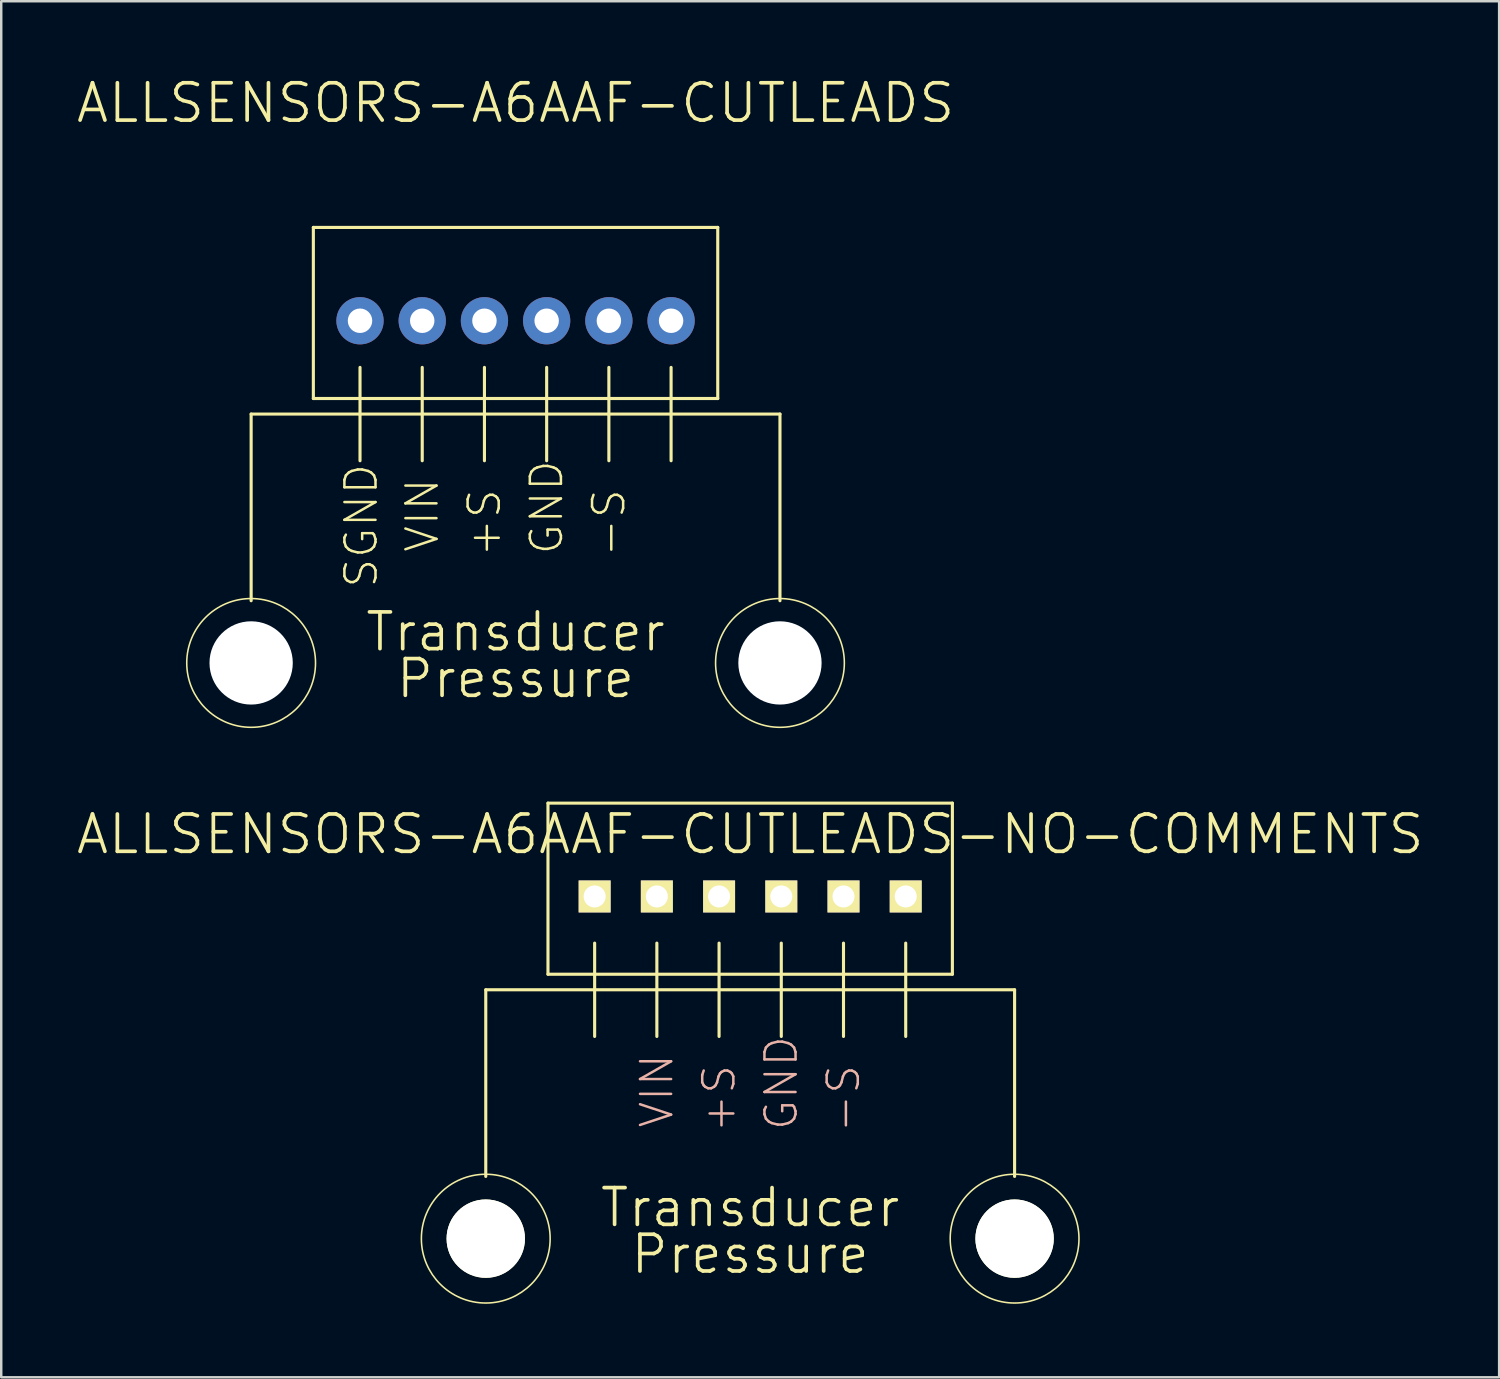
<source format=kicad_pcb>
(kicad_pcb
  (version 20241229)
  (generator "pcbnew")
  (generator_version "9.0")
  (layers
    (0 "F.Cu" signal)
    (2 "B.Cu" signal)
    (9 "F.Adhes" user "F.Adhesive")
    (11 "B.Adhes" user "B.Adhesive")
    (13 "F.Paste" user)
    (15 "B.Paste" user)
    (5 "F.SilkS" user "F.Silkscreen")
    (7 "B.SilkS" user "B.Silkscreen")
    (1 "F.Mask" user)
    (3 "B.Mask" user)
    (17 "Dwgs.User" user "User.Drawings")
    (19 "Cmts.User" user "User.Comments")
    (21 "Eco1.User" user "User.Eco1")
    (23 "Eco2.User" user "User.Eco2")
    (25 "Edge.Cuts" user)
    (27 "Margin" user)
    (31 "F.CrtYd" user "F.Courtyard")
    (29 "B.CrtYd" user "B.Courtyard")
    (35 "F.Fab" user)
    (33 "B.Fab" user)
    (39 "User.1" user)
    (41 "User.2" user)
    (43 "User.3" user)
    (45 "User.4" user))
  (footprint "ALLSENSORS-A6AAF-CUTLEADS-NO-COMMENTS"
    (layer "F.Cu")
    (at 27.577 47.519)
    (property "Reference" "ALLSENSORS-A6AAF-CUTLEADS-NO-COMMENTS" (at 0 -16.51 0) (layer "F.SilkS") (effects (font (size 1.524 1.524) (thickness 0.15))))
    (attr exclude_from_pos_files exclude_from_bom)
    (fp_line (start -10.795 -10.16) (end -6.35 -10.16) (stroke (width 0.127) (type solid)) (layer "F.SilkS"))
    (fp_line (start -10.795 -2.54) (end -10.795 -10.16) (stroke (width 0.127) (type solid)) (layer "F.SilkS"))
    (fp_line (start -8.255 -17.78) (end 8.255 -17.78) (stroke (width 0.127) (type solid)) (layer "F.SilkS"))
    (fp_line (start -8.255 -10.795) (end -8.255 -17.78) (stroke (width 0.127) (type solid)) (layer "F.SilkS"))
    (fp_line (start -8.255 -10.795) (end 8.255 -10.795) (stroke (width 0.127) (type solid)) (layer "F.SilkS"))
    (fp_line (start -6.35 -12.065) (end -6.35 -10.16) (stroke (width 0.127) (type solid)) (layer "F.SilkS"))
    (fp_line (start -6.35 -10.16) (end -6.35 -8.255) (stroke (width 0.127) (type solid)) (layer "F.SilkS"))
    (fp_line (start -6.35 -10.16) (end -3.81 -10.16) (stroke (width 0.127) (type solid)) (layer "F.SilkS"))
    (fp_line (start -3.81 -12.065) (end -3.81 -10.16) (stroke (width 0.127) (type solid)) (layer "F.SilkS"))
    (fp_line (start -3.81 -10.16) (end -3.81 -8.255) (stroke (width 0.127) (type solid)) (layer "F.SilkS"))
    (fp_line (start -3.81 -10.16) (end -1.27 -10.16) (stroke (width 0.127) (type solid)) (layer "F.SilkS"))
    (fp_line (start -1.27 -12.065) (end -1.27 -10.16) (stroke (width 0.127) (type solid)) (layer "F.SilkS"))
    (fp_line (start -1.27 -10.16) (end -1.27 -8.255) (stroke (width 0.127) (type solid)) (layer "F.SilkS"))
    (fp_line (start -1.27 -10.16) (end 1.27 -10.16) (stroke (width 0.127) (type solid)) (layer "F.SilkS"))
    (fp_line (start 1.27 -12.065) (end 1.27 -10.16) (stroke (width 0.127) (type solid)) (layer "F.SilkS"))
    (fp_line (start 1.27 -10.16) (end 1.27 -8.255) (stroke (width 0.127) (type solid)) (layer "F.SilkS"))
    (fp_line (start 1.27 -10.16) (end 3.81 -10.16) (stroke (width 0.127) (type solid)) (layer "F.SilkS"))
    (fp_line (start 3.81 -12.065) (end 3.81 -10.16) (stroke (width 0.127) (type solid)) (layer "F.SilkS"))
    (fp_line (start 3.81 -10.16) (end 3.81 -8.255) (stroke (width 0.127) (type solid)) (layer "F.SilkS"))
    (fp_line (start 3.81 -10.16) (end 6.35 -10.16) (stroke (width 0.127) (type solid)) (layer "F.SilkS"))
    (fp_line (start 6.35 -12.065) (end 6.35 -10.16) (stroke (width 0.127) (type solid)) (layer "F.SilkS"))
    (fp_line (start 6.35 -10.16) (end 6.35 -8.255) (stroke (width 0.127) (type solid)) (layer "F.SilkS"))
    (fp_line (start 6.35 -10.16) (end 10.795 -10.16) (stroke (width 0.127) (type solid)) (layer "F.SilkS"))
    (fp_line (start 8.255 -17.78) (end 8.255 -10.795) (stroke (width 0.127) (type solid)) (layer "F.SilkS"))
    (fp_line (start 10.795 -10.16) (end 10.795 -2.54) (stroke (width 0.127) (type solid)) (layer "F.SilkS"))
    (fp_circle (center -10.795 0) (end -12.383 2.095) (stroke (width 0.064) (type solid)) (fill no) (layer "F.SilkS"))
    (fp_circle (center 10.795 0) (end 9.207 2.095) (stroke (width 0.064) (type solid)) (fill no) (layer "F.SilkS"))
    (fp_text user "Pressure" (at 0 0.635 0) (layer "F.SilkS") (effects (font (size 1.5 1.5) (thickness 0.15))))
    (fp_text user "Transducer" (at 0 -1.27 0) (layer "F.SilkS") (effects (font (size 1.5 1.5) (thickness 0.15))))
    (fp_text user "+S" (at -1.27 -5.715 90) (layer "B.SilkS") (effects (font (size 1.27 1.27) (thickness 0.102))))
    (fp_text user "-S" (at 3.81 -5.715 90) (layer "B.SilkS") (effects (font (size 1.27 1.27) (thickness 0.102))))
    (fp_text user "VIN" (at -3.81 -6.032 90) (layer "B.SilkS") (effects (font (size 1.27 1.27) (thickness 0.102))))
    (fp_text user "GND" (at 1.27 -6.35 90) (layer "B.SilkS") (effects (font (size 1.27 1.27) (thickness 0.102))))
    (pad "" np_thru_hole circle (at -10.795 0) (size 3.2 3.2) (drill 3.2) (layers "*.Cu" "*.Mask" "F.SilkS"))
    (pad "" np_thru_hole circle (at 10.795 0) (size 3.2 3.2) (drill 3.2) (layers "*.Cu" "*.Mask" "F.SilkS"))
    (pad "1" thru_hole rect (at -6.35 -13.97) (size 1.306 1.306) (drill 0.899) (layers "*.Cu" "F.Mask" "F.SilkS" "F.Paste"))
    (pad "6" thru_hole rect (at 6.35 -13.97) (size 1.306 1.306) (drill 0.899) (layers "*.Cu" "F.Mask" "F.SilkS" "F.Paste"))
    (pad "GND" thru_hole rect (at 1.27 -13.97) (size 1.306 1.306) (drill 0.899) (layers "*.Cu" "F.Mask" "F.SilkS" "F.Paste"))
    (pad "S+" thru_hole rect (at -1.27 -13.97) (size 1.306 1.306) (drill 0.899) (layers "*.Cu" "F.Mask" "F.SilkS" "F.Paste"))
    (pad "S-" thru_hole rect (at 3.81 -13.97) (size 1.306 1.306) (drill 0.899) (layers "*.Cu" "F.Mask" "F.SilkS" "F.Paste"))
    (pad "VIN" thru_hole rect (at -3.81 -13.97) (size 1.306 1.306) (drill 0.899) (layers "*.Cu" "F.Mask" "F.SilkS" "F.Paste")))
  (footprint "ALLSENSORS-A6AAF-CUTLEADS"
    (layer "F.Cu")
    (at 17.998 24.015)
    (property "Reference" "ALLSENSORS-A6AAF-CUTLEADS" (at 0 -22.86 0) (layer "F.SilkS") (effects (font (size 1.524 1.524) (thickness 0.15))))
    (attr exclude_from_pos_files exclude_from_bom)
    (fp_line (start -10.795 -10.16) (end -6.35 -10.16) (stroke (width 0.127) (type solid)) (layer "F.SilkS"))
    (fp_line (start -10.795 -2.54) (end -10.795 -10.16) (stroke (width 0.127) (type solid)) (layer "F.SilkS"))
    (fp_line (start -8.255 -17.78) (end 8.255 -17.78) (stroke (width 0.127) (type solid)) (layer "F.SilkS"))
    (fp_line (start -8.255 -10.795) (end -8.255 -17.78) (stroke (width 0.127) (type solid)) (layer "F.SilkS"))
    (fp_line (start -8.255 -10.795) (end 8.255 -10.795) (stroke (width 0.127) (type solid)) (layer "F.SilkS"))
    (fp_line (start -6.35 -12.065) (end -6.35 -10.16) (stroke (width 0.127) (type solid)) (layer "F.SilkS"))
    (fp_line (start -6.35 -10.16) (end -6.35 -8.255) (stroke (width 0.127) (type solid)) (layer "F.SilkS"))
    (fp_line (start -6.35 -10.16) (end -3.81 -10.16) (stroke (width 0.127) (type solid)) (layer "F.SilkS"))
    (fp_line (start -3.81 -12.065) (end -3.81 -10.16) (stroke (width 0.127) (type solid)) (layer "F.SilkS"))
    (fp_line (start -3.81 -10.16) (end -3.81 -8.255) (stroke (width 0.127) (type solid)) (layer "F.SilkS"))
    (fp_line (start -3.81 -10.16) (end -1.27 -10.16) (stroke (width 0.127) (type solid)) (layer "F.SilkS"))
    (fp_line (start -1.27 -12.065) (end -1.27 -10.16) (stroke (width 0.127) (type solid)) (layer "F.SilkS"))
    (fp_line (start -1.27 -10.16) (end -1.27 -8.255) (stroke (width 0.127) (type solid)) (layer "F.SilkS"))
    (fp_line (start -1.27 -10.16) (end 1.27 -10.16) (stroke (width 0.127) (type solid)) (layer "F.SilkS"))
    (fp_line (start 1.27 -12.065) (end 1.27 -10.16) (stroke (width 0.127) (type solid)) (layer "F.SilkS"))
    (fp_line (start 1.27 -10.16) (end 1.27 -8.255) (stroke (width 0.127) (type solid)) (layer "F.SilkS"))
    (fp_line (start 1.27 -10.16) (end 3.81 -10.16) (stroke (width 0.127) (type solid)) (layer "F.SilkS"))
    (fp_line (start 3.81 -12.065) (end 3.81 -10.16) (stroke (width 0.127) (type solid)) (layer "F.SilkS"))
    (fp_line (start 3.81 -10.16) (end 3.81 -8.255) (stroke (width 0.127) (type solid)) (layer "F.SilkS"))
    (fp_line (start 3.81 -10.16) (end 6.35 -10.16) (stroke (width 0.127) (type solid)) (layer "F.SilkS"))
    (fp_line (start 6.35 -12.065) (end 6.35 -10.16) (stroke (width 0.127) (type solid)) (layer "F.SilkS"))
    (fp_line (start 6.35 -10.16) (end 6.35 -8.255) (stroke (width 0.127) (type solid)) (layer "F.SilkS"))
    (fp_line (start 6.35 -10.16) (end 10.795 -10.16) (stroke (width 0.127) (type solid)) (layer "F.SilkS"))
    (fp_line (start 8.255 -17.78) (end 8.255 -10.795) (stroke (width 0.127) (type solid)) (layer "F.SilkS"))
    (fp_line (start 10.795 -10.16) (end 10.795 -2.54) (stroke (width 0.127) (type solid)) (layer "F.SilkS"))
    (fp_circle (center -10.795 0) (end -12.383 2.095) (stroke (width 0.064) (type solid)) (fill no) (layer "F.SilkS"))
    (fp_circle (center 10.795 0) (end 9.207 2.095) (stroke (width 0.064) (type solid)) (fill no) (layer "F.SilkS"))
    (fp_text user "-S" (at 3.81 -5.715 90) (layer "F.SilkS") (effects (font (size 1.27 1.27) (thickness 0.102))))
    (fp_text user "Transducer" (at 0 -1.27 0) (layer "F.SilkS") (effects (font (size 1.5 1.5) (thickness 0.15))))
    (fp_text user "SGND" (at -6.3 -5.6 90) (layer "F.SilkS") (effects (font (size 1.27 1.27) (thickness 0.102))))
    (fp_text user "Pressure" (at 0 0.635 0) (layer "F.SilkS") (effects (font (size 1.5 1.5) (thickness 0.15))))
    (fp_text user "+S" (at -1.27 -5.715 90) (layer "F.SilkS") (effects (font (size 1.27 1.27) (thickness 0.102))))
    (fp_text user "VIN" (at -3.81 -6.032 90) (layer "F.SilkS") (effects (font (size 1.27 1.27) (thickness 0.102))))
    (fp_text user "GND" (at 1.27 -6.35 90) (layer "F.SilkS") (effects (font (size 1.27 1.27) (thickness 0.102))))
    (pad "" np_thru_hole circle (at -10.795 0) (size 3.4 3.4) (drill 3.4) (layers "*.Cu" "*.Mask"))
    (pad "" np_thru_hole circle (at 10.795 0) (size 3.4 3.4) (drill 3.4) (layers "*.Cu" "*.Mask"))
    (pad "1" thru_hole circle (at -6.35 -13.97) (size 1.93 1.93) (drill 0.998) (layers "*.Cu" "*.Mask"))
    (pad "6" thru_hole circle (at 6.35 -13.97) (size 1.93 1.93) (drill 0.998) (layers "*.Cu" "*.Mask"))
    (pad "GND" thru_hole circle (at 1.27 -13.97) (size 1.93 1.93) (drill 0.998) (layers "*.Cu" "*.Mask"))
    (pad "S+" thru_hole circle (at -1.27 -13.97) (size 1.93 1.93) (drill 0.998) (layers "*.Cu" "*.Mask"))
    (pad "S-" thru_hole circle (at 3.81 -13.97) (size 1.93 1.93) (drill 0.998) (layers "*.Cu" "*.Mask"))
    (pad "VIN" thru_hole circle (at -3.81 -13.97) (size 1.93 1.93) (drill 0.998) (layers "*.Cu" "*.Mask")))
  (gr_rect
    (start -3 -3)
    (end 58.154 53.18)
    (stroke (width 0.1) (type default))
    (fill no)
    (layer "Edge.Cuts")))
</source>
